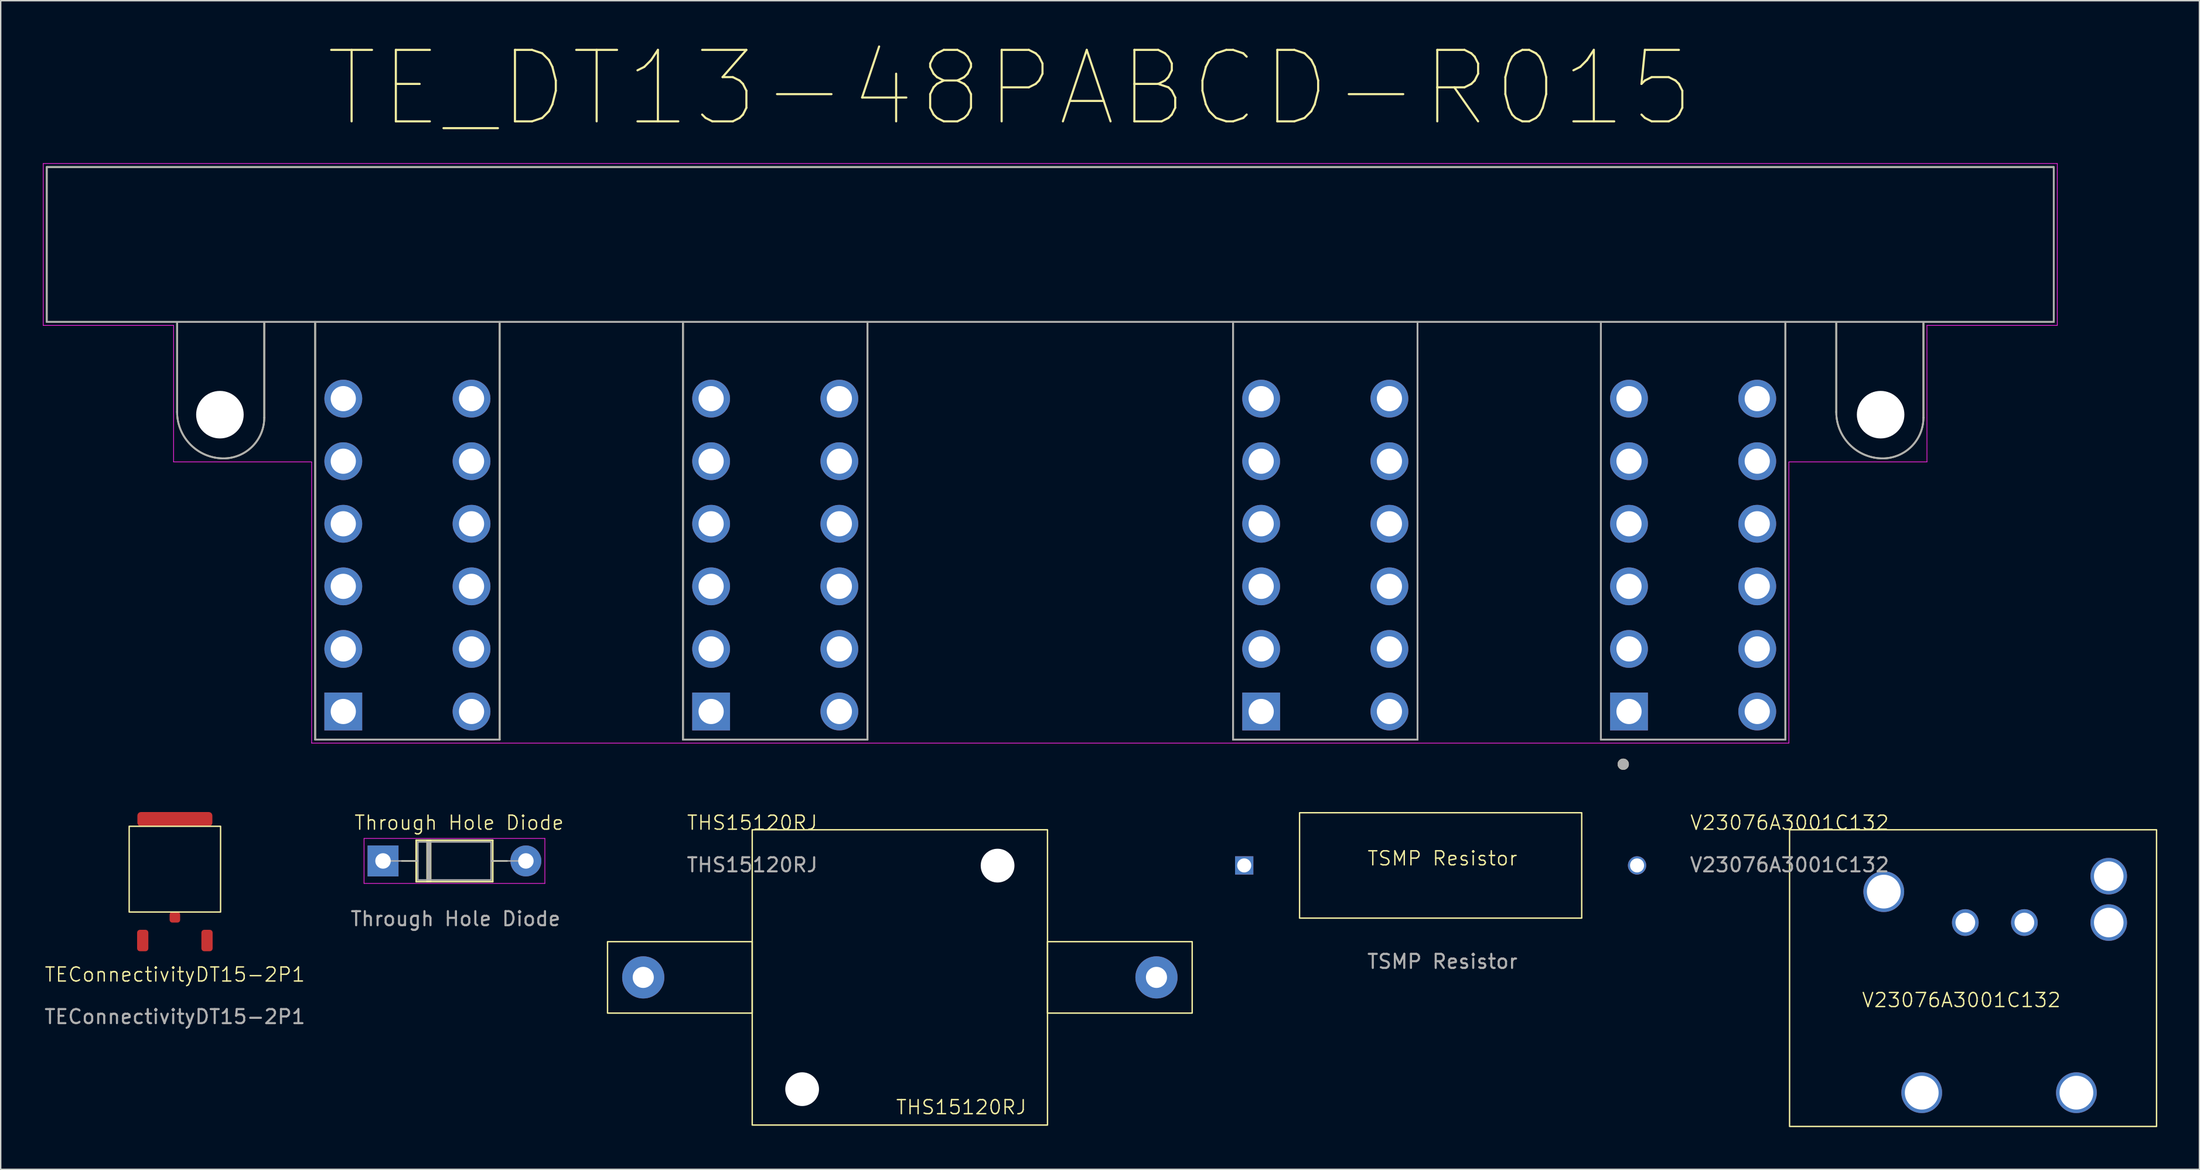
<source format=kicad_pcb>
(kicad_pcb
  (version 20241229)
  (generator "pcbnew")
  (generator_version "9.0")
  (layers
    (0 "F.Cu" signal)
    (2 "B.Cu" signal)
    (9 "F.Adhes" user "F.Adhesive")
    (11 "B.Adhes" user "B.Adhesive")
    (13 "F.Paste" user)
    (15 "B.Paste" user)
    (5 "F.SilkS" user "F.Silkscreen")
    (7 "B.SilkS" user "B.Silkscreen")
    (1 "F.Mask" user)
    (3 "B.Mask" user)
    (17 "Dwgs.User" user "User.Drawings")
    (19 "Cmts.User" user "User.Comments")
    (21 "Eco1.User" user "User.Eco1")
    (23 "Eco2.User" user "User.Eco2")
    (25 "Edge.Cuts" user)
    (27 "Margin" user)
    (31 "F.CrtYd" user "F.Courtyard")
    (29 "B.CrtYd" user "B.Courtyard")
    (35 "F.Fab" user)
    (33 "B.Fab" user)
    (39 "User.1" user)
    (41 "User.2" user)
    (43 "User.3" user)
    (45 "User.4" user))
  (footprint "Through Hole Diode"
    (layer "F.Cu")
    (at 29.351 58.003)
    (property "Reference" "Through Hole Diode" (at 0.254 -2.54 0) (unlocked yes) (layer "F.SilkS") (effects (font (size 1 1) (thickness 0.1))))
    (attr through_hole)
    (fp_line (start -3.82 0.178) (end -2.8 0.178) (stroke (width 0.12) (type solid)) (layer "F.SilkS"))
    (fp_line (start -2.8 -1.292) (end -2.8 1.648) (stroke (width 0.12) (type solid)) (layer "F.SilkS"))
    (fp_line (start -2.8 1.648) (end 2.64 1.648) (stroke (width 0.12) (type solid)) (layer "F.SilkS"))
    (fp_line (start -2.02 -1.292) (end -2.02 1.648) (stroke (width 0.12) (type solid)) (layer "F.SilkS"))
    (fp_line (start -1.9 -1.292) (end -1.9 1.648) (stroke (width 0.12) (type solid)) (layer "F.SilkS"))
    (fp_line (start -1.78 -1.292) (end -1.78 1.648) (stroke (width 0.12) (type solid)) (layer "F.SilkS"))
    (fp_line (start 2.64 -1.292) (end -2.8 -1.292) (stroke (width 0.12) (type solid)) (layer "F.SilkS"))
    (fp_line (start 2.64 1.648) (end 2.64 -1.292) (stroke (width 0.12) (type solid)) (layer "F.SilkS"))
    (fp_line (start 3.66 0.178) (end 2.64 0.178) (stroke (width 0.12) (type solid)) (layer "F.SilkS"))
    (fp_line (start -6.51 -1.422) (end -6.51 1.778) (stroke (width 0.05) (type solid)) (layer "F.CrtYd"))
    (fp_line (start -6.51 1.778) (end 6.35 1.778) (stroke (width 0.05) (type solid)) (layer "F.CrtYd"))
    (fp_line (start 6.35 -1.422) (end -6.51 -1.422) (stroke (width 0.05) (type solid)) (layer "F.CrtYd"))
    (fp_line (start 6.35 1.778) (end 6.35 -1.422) (stroke (width 0.05) (type solid)) (layer "F.CrtYd"))
    (fp_line (start -5.16 0.178) (end -2.68 0.178) (stroke (width 0.1) (type solid)) (layer "F.Fab"))
    (fp_line (start -2.68 -1.172) (end -2.68 1.528) (stroke (width 0.1) (type solid)) (layer "F.Fab"))
    (fp_line (start -2.68 1.528) (end 2.52 1.528) (stroke (width 0.1) (type solid)) (layer "F.Fab"))
    (fp_line (start -2 -1.172) (end -2 1.528) (stroke (width 0.1) (type solid)) (layer "F.Fab"))
    (fp_line (start -1.9 -1.172) (end -1.9 1.528) (stroke (width 0.1) (type solid)) (layer "F.Fab"))
    (fp_line (start -1.8 -1.172) (end -1.8 1.528) (stroke (width 0.1) (type solid)) (layer "F.Fab"))
    (fp_line (start 2.52 -1.172) (end -2.68 -1.172) (stroke (width 0.1) (type solid)) (layer "F.Fab"))
    (fp_line (start 2.52 1.528) (end 2.52 -1.172) (stroke (width 0.1) (type solid)) (layer "F.Fab"))
    (fp_line (start 5 0.178) (end 2.52 0.178) (stroke (width 0.1) (type solid)) (layer "F.Fab"))
    (fp_text user "${REFERENCE}" (at 0 4.294 0) (unlocked yes) (layer "F.Fab") (effects (font (size 1 1) (thickness 0.15))))
    (pad "1" thru_hole rect (at -5.16 0.178) (size 2.2 2.2) (drill 1.1) (layers "*.Cu" "*.Mask"))
    (pad "2" thru_hole oval (at 5 0.178) (size 2.2 2.2) (drill 1.1) (layers "*.Cu" "*.Mask")))
  (footprint "TE_DT13-48PABCD-R015"
    (layer "F.Cu")
    (at 71.645 47.552)
    (property "Reference" "TE_DT13-48PABCD-R015" (at -2.853 -44.315 0) (layer "F.SilkS") (effects (font (size 5.083 5.083) (thickness 0.15))))
    (attr through_hole)
    (fp_line (start -71.37 -38.72) (end 71.37 -38.72) (stroke (width 0.127) (type solid)) (layer "F.SilkS"))
    (fp_line (start -71.37 -27.71) (end -71.37 -38.72) (stroke (width 0.127) (type solid)) (layer "F.SilkS"))
    (fp_line (start -71.37 -27.71) (end 71.37 -27.71) (stroke (width 0.127) (type solid)) (layer "F.SilkS"))
    (fp_line (start -62.1 -27.7) (end -62.1 -21.3) (stroke (width 0.127) (type solid)) (layer "F.SilkS"))
    (fp_line (start -55.9 -20.9) (end -55.9 -27.7) (stroke (width 0.127) (type solid)) (layer "F.SilkS"))
    (fp_line (start -52.28 -27.71) (end -52.28 2) (stroke (width 0.127) (type solid)) (layer "F.SilkS"))
    (fp_line (start -52.28 2) (end -39.16 2) (stroke (width 0.127) (type solid)) (layer "F.SilkS"))
    (fp_line (start -39.16 2) (end -39.16 -27.71) (stroke (width 0.127) (type solid)) (layer "F.SilkS"))
    (fp_line (start -26.12 -27.71) (end -26.12 2) (stroke (width 0.127) (type solid)) (layer "F.SilkS"))
    (fp_line (start -26.12 2) (end -13 2) (stroke (width 0.127) (type solid)) (layer "F.SilkS"))
    (fp_line (start -13 2) (end -13 -27.71) (stroke (width 0.127) (type solid)) (layer "F.SilkS"))
    (fp_line (start 13 2) (end 13 -27.71) (stroke (width 0.127) (type solid)) (layer "F.SilkS"))
    (fp_line (start 13 2) (end 26.12 2) (stroke (width 0.127) (type solid)) (layer "F.SilkS"))
    (fp_line (start 26.12 2) (end 26.12 -27.71) (stroke (width 0.127) (type solid)) (layer "F.SilkS"))
    (fp_line (start 39.16 -27.71) (end 39.16 2) (stroke (width 0.127) (type solid)) (layer "F.SilkS"))
    (fp_line (start 39.16 2) (end 52.28 2) (stroke (width 0.127) (type solid)) (layer "F.SilkS"))
    (fp_line (start 52.28 2) (end 52.28 -27.71) (stroke (width 0.127) (type solid)) (layer "F.SilkS"))
    (fp_line (start 55.9 -27.7) (end 55.9 -21.3) (stroke (width 0.127) (type solid)) (layer "F.SilkS"))
    (fp_line (start 62.1 -20.9) (end 62.1 -27.7) (stroke (width 0.127) (type solid)) (layer "F.SilkS"))
    (fp_line (start 71.37 -38.72) (end 71.37 -27.71) (stroke (width 0.127) (type solid)) (layer "F.SilkS"))
    (fp_arc (start -58.8 -18) (mid -61.133452 -18.966548) (end -62.1 -21.3) (stroke (width 0.127) (type solid)) (layer "F.SilkS"))
    (fp_arc (start -55.9 -20.9) (mid -56.74939 -18.84939) (end -58.8 -18) (stroke (width 0.127) (type solid)) (layer "F.SilkS"))
    (fp_arc (start 59.2 -18) (mid 56.866548 -18.966548) (end 55.9 -21.3) (stroke (width 0.127) (type solid)) (layer "F.SilkS"))
    (fp_arc (start 62.1 -20.9) (mid 61.25061 -18.84939) (end 59.2 -18) (stroke (width 0.127) (type solid)) (layer "F.SilkS"))
    (fp_circle (center 40.75 3.75) (end 40.95 3.75) (stroke (width 0.4) (type solid)) (fill no) (layer "F.SilkS"))
    (fp_line (start -71.62 -38.97) (end 71.62 -38.97) (stroke (width 0.05) (type solid)) (layer "F.CrtYd"))
    (fp_line (start -71.62 -27.46) (end -71.62 -38.97) (stroke (width 0.05) (type solid)) (layer "F.CrtYd"))
    (fp_line (start -62.35 -27.46) (end -71.62 -27.46) (stroke (width 0.05) (type solid)) (layer "F.CrtYd"))
    (fp_line (start -62.35 -17.75) (end -62.35 -27.46) (stroke (width 0.05) (type solid)) (layer "F.CrtYd"))
    (fp_line (start -52.53 -17.75) (end -62.35 -17.75) (stroke (width 0.05) (type solid)) (layer "F.CrtYd"))
    (fp_line (start -52.53 2.25) (end -52.53 -17.75) (stroke (width 0.05) (type solid)) (layer "F.CrtYd"))
    (fp_line (start 52.53 -17.75) (end 52.53 2.25) (stroke (width 0.05) (type solid)) (layer "F.CrtYd"))
    (fp_line (start 52.53 2.25) (end -52.53 2.25) (stroke (width 0.05) (type solid)) (layer "F.CrtYd"))
    (fp_line (start 62.35 -27.46) (end 62.35 -17.75) (stroke (width 0.05) (type solid)) (layer "F.CrtYd"))
    (fp_line (start 62.35 -17.75) (end 52.53 -17.75) (stroke (width 0.05) (type solid)) (layer "F.CrtYd"))
    (fp_line (start 71.62 -38.97) (end 71.62 -27.46) (stroke (width 0.05) (type solid)) (layer "F.CrtYd"))
    (fp_line (start 71.62 -27.46) (end 62.35 -27.46) (stroke (width 0.05) (type solid)) (layer "F.CrtYd"))
    (fp_line (start -71.37 -38.72) (end 71.37 -38.72) (stroke (width 0.127) (type solid)) (layer "F.Fab"))
    (fp_line (start -71.37 -27.71) (end -71.37 -38.72) (stroke (width 0.127) (type solid)) (layer "F.Fab"))
    (fp_line (start -71.37 -27.71) (end 71.37 -27.71) (stroke (width 0.127) (type solid)) (layer "F.Fab"))
    (fp_line (start -62.1 -27.7) (end -62.1 -21.3) (stroke (width 0.127) (type solid)) (layer "F.Fab"))
    (fp_line (start -55.9 -20.9) (end -55.9 -27.7) (stroke (width 0.127) (type solid)) (layer "F.Fab"))
    (fp_line (start -52.28 -27.71) (end -52.28 2) (stroke (width 0.127) (type solid)) (layer "F.Fab"))
    (fp_line (start -52.28 2) (end -39.16 2) (stroke (width 0.127) (type solid)) (layer "F.Fab"))
    (fp_line (start -39.16 2) (end -39.16 -27.71) (stroke (width 0.127) (type solid)) (layer "F.Fab"))
    (fp_line (start -26.12 -27.71) (end -26.12 2) (stroke (width 0.127) (type solid)) (layer "F.Fab"))
    (fp_line (start -26.12 2) (end -13 2) (stroke (width 0.127) (type solid)) (layer "F.Fab"))
    (fp_line (start -13 2) (end -13 -27.71) (stroke (width 0.127) (type solid)) (layer "F.Fab"))
    (fp_line (start 13 2) (end 13 -27.71) (stroke (width 0.127) (type solid)) (layer "F.Fab"))
    (fp_line (start 13 2) (end 26.12 2) (stroke (width 0.127) (type solid)) (layer "F.Fab"))
    (fp_line (start 26.12 2) (end 26.12 -27.71) (stroke (width 0.127) (type solid)) (layer "F.Fab"))
    (fp_line (start 39.16 -27.71) (end 39.16 2) (stroke (width 0.127) (type solid)) (layer "F.Fab"))
    (fp_line (start 39.16 2) (end 52.28 2) (stroke (width 0.127) (type solid)) (layer "F.Fab"))
    (fp_line (start 52.28 2) (end 52.28 -27.71) (stroke (width 0.127) (type solid)) (layer "F.Fab"))
    (fp_line (start 55.9 -27.7) (end 55.9 -21.3) (stroke (width 0.127) (type solid)) (layer "F.Fab"))
    (fp_line (start 62.1 -20.9) (end 62.1 -27.7) (stroke (width 0.127) (type solid)) (layer "F.Fab"))
    (fp_line (start 71.37 -38.72) (end 71.37 -27.71) (stroke (width 0.127) (type solid)) (layer "F.Fab"))
    (fp_arc (start -58.8 -18) (mid -61.133452 -18.966548) (end -62.1 -21.3) (stroke (width 0.127) (type solid)) (layer "F.Fab"))
    (fp_arc (start -55.9 -20.9) (mid -56.74939 -18.84939) (end -58.8 -18) (stroke (width 0.127) (type solid)) (layer "F.Fab"))
    (fp_arc (start 59.2 -18) (mid 56.866548 -18.966548) (end 55.9 -21.3) (stroke (width 0.127) (type solid)) (layer "F.Fab"))
    (fp_arc (start 62.1 -20.9) (mid 61.25061 -18.84939) (end 59.2 -18) (stroke (width 0.127) (type solid)) (layer "F.Fab"))
    (fp_circle (center 40.75 3.75) (end 40.95 3.75) (stroke (width 0.4) (type solid)) (fill no) (layer "F.Fab"))
    (pad "" np_thru_hole circle (at -59.055 -21.11) (size 3.38 3.38) (drill 3.38) (layers "*.Cu" "*.Mask"))
    (pad "" np_thru_hole circle (at 59.055 -21.11) (size 3.38 3.38) (drill 3.38) (layers "*.Cu" "*.Mask"))
    (pad "A1" thru_hole rect (at 41.16 0) (size 2.69 2.69) (drill 1.79) (layers "*.Cu" "*.Mask"))
    (pad "A2" thru_hole circle (at 41.16 -4.45) (size 2.69 2.69) (drill 1.79) (layers "*.Cu" "*.Mask"))
    (pad "A3" thru_hole circle (at 41.16 -8.9) (size 2.69 2.69) (drill 1.79) (layers "*.Cu" "*.Mask"))
    (pad "A4" thru_hole circle (at 41.16 -13.35) (size 2.69 2.69) (drill 1.79) (layers "*.Cu" "*.Mask"))
    (pad "A5" thru_hole circle (at 41.16 -17.8) (size 2.69 2.69) (drill 1.79) (layers "*.Cu" "*.Mask"))
    (pad "A6" thru_hole circle (at 41.16 -22.25) (size 2.69 2.69) (drill 1.79) (layers "*.Cu" "*.Mask"))
    (pad "A7" thru_hole circle (at 50.28 -22.25) (size 2.69 2.69) (drill 1.79) (layers "*.Cu" "*.Mask"))
    (pad "A8" thru_hole circle (at 50.28 -17.8) (size 2.69 2.69) (drill 1.79) (layers "*.Cu" "*.Mask"))
    (pad "A9" thru_hole circle (at 50.28 -13.35) (size 2.69 2.69) (drill 1.79) (layers "*.Cu" "*.Mask"))
    (pad "A10" thru_hole circle (at 50.28 -8.9) (size 2.69 2.69) (drill 1.79) (layers "*.Cu" "*.Mask"))
    (pad "A11" thru_hole circle (at 50.28 -4.45) (size 2.69 2.69) (drill 1.79) (layers "*.Cu" "*.Mask"))
    (pad "A12" thru_hole circle (at 50.28 0) (size 2.69 2.69) (drill 1.79) (layers "*.Cu" "*.Mask"))
    (pad "B1" thru_hole rect (at -50.28 0) (size 2.69 2.69) (drill 1.79) (layers "*.Cu" "*.Mask"))
    (pad "B2" thru_hole circle (at -50.28 -4.45) (size 2.69 2.69) (drill 1.79) (layers "*.Cu" "*.Mask"))
    (pad "B3" thru_hole circle (at -50.28 -8.9) (size 2.69 2.69) (drill 1.79) (layers "*.Cu" "*.Mask"))
    (pad "B4" thru_hole circle (at -50.28 -13.35) (size 2.69 2.69) (drill 1.79) (layers "*.Cu" "*.Mask"))
    (pad "B5" thru_hole circle (at -50.28 -17.8) (size 2.69 2.69) (drill 1.79) (layers "*.Cu" "*.Mask"))
    (pad "B6" thru_hole circle (at -50.28 -22.25) (size 2.69 2.69) (drill 1.79) (layers "*.Cu" "*.Mask"))
    (pad "B7" thru_hole circle (at -41.16 -22.25) (size 2.69 2.69) (drill 1.79) (layers "*.Cu" "*.Mask"))
    (pad "B8" thru_hole circle (at -41.16 -17.8) (size 2.69 2.69) (drill 1.79) (layers "*.Cu" "*.Mask"))
    (pad "B9" thru_hole circle (at -41.16 -13.35) (size 2.69 2.69) (drill 1.79) (layers "*.Cu" "*.Mask"))
    (pad "B10" thru_hole circle (at -41.16 -8.9) (size 2.69 2.69) (drill 1.79) (layers "*.Cu" "*.Mask"))
    (pad "B11" thru_hole circle (at -41.16 -4.45) (size 2.69 2.69) (drill 1.79) (layers "*.Cu" "*.Mask"))
    (pad "B12" thru_hole circle (at -41.16 0) (size 2.69 2.69) (drill 1.79) (layers "*.Cu" "*.Mask"))
    (pad "C1" thru_hole rect (at 15 0) (size 2.69 2.69) (drill 1.79) (layers "*.Cu" "*.Mask"))
    (pad "C2" thru_hole circle (at 15 -4.45) (size 2.69 2.69) (drill 1.79) (layers "*.Cu" "*.Mask"))
    (pad "C3" thru_hole circle (at 15 -8.9) (size 2.69 2.69) (drill 1.79) (layers "*.Cu" "*.Mask"))
    (pad "C4" thru_hole circle (at 15 -13.35) (size 2.69 2.69) (drill 1.79) (layers "*.Cu" "*.Mask"))
    (pad "C5" thru_hole circle (at 15 -17.8) (size 2.69 2.69) (drill 1.79) (layers "*.Cu" "*.Mask"))
    (pad "C6" thru_hole circle (at 15 -22.25) (size 2.69 2.69) (drill 1.79) (layers "*.Cu" "*.Mask"))
    (pad "C7" thru_hole circle (at 24.12 -22.25) (size 2.69 2.69) (drill 1.79) (layers "*.Cu" "*.Mask"))
    (pad "C8" thru_hole circle (at 24.12 -17.8) (size 2.69 2.69) (drill 1.79) (layers "*.Cu" "*.Mask"))
    (pad "C9" thru_hole circle (at 24.12 -13.35) (size 2.69 2.69) (drill 1.79) (layers "*.Cu" "*.Mask"))
    (pad "C10" thru_hole circle (at 24.12 -8.9) (size 2.69 2.69) (drill 1.79) (layers "*.Cu" "*.Mask"))
    (pad "C11" thru_hole circle (at 24.12 -4.45) (size 2.69 2.69) (drill 1.79) (layers "*.Cu" "*.Mask"))
    (pad "C12" thru_hole circle (at 24.12 0) (size 2.69 2.69) (drill 1.79) (layers "*.Cu" "*.Mask"))
    (pad "D1" thru_hole rect (at -24.12 0) (size 2.69 2.69) (drill 1.79) (layers "*.Cu" "*.Mask"))
    (pad "D2" thru_hole circle (at -24.12 -4.45) (size 2.69 2.69) (drill 1.79) (layers "*.Cu" "*.Mask"))
    (pad "D3" thru_hole circle (at -24.12 -8.9) (size 2.69 2.69) (drill 1.79) (layers "*.Cu" "*.Mask"))
    (pad "D4" thru_hole circle (at -24.12 -13.35) (size 2.69 2.69) (drill 1.79) (layers "*.Cu" "*.Mask"))
    (pad "D5" thru_hole circle (at -24.12 -17.8) (size 2.69 2.69) (drill 1.79) (layers "*.Cu" "*.Mask"))
    (pad "D6" thru_hole circle (at -24.12 -22.25) (size 2.69 2.69) (drill 1.79) (layers "*.Cu" "*.Mask"))
    (pad "D7" thru_hole circle (at -15 -22.25) (size 2.69 2.69) (drill 1.79) (layers "*.Cu" "*.Mask"))
    (pad "D8" thru_hole circle (at -15 -17.8) (size 2.69 2.69) (drill 1.79) (layers "*.Cu" "*.Mask"))
    (pad "D9" thru_hole circle (at -15 -13.35) (size 2.69 2.69) (drill 1.79) (layers "*.Cu" "*.Mask"))
    (pad "D10" thru_hole circle (at -15 -8.9) (size 2.69 2.69) (drill 1.79) (layers "*.Cu" "*.Mask"))
    (pad "D11" thru_hole circle (at -15 -4.45) (size 2.69 2.69) (drill 1.79) (layers "*.Cu" "*.Mask"))
    (pad "D12" thru_hole circle (at -15 0) (size 2.69 2.69) (drill 1.79) (layers "*.Cu" "*.Mask")))
  (footprint "THS15120RJ"
    (layer "F.Cu")
    (at 50.448 55.963)
    (property "Reference" "THS15120RJ" (at 0 -0.5 0) (unlocked yes) (layer "F.SilkS") (effects (font (size 1 1) (thickness 0.1))))
    (attr through_hole)
    (fp_rect (start -10.29 7.96) (end 0 13.04) (stroke (width 0.1) (type default)) (fill no) (layer "F.SilkS"))
    (fp_rect (start 0 0) (end 21 21) (stroke (width 0.1) (type default)) (fill no) (layer "F.SilkS"))
    (fp_rect (start 21 7.96) (end 31.29 13.04) (stroke (width 0.1) (type solid)) (fill no) (layer "F.SilkS"))
    (fp_text user "THS15120RJ" (at 10.16 20.32 0) (unlocked yes) (layer "F.SilkS") (effects (font (size 1 1) (thickness 0.1)) (justify left bottom)))
    (fp_text user "${REFERENCE}" (at 0 2.5 0) (unlocked yes) (layer "F.Fab") (effects (font (size 1 1) (thickness 0.15))))
    (pad "" np_thru_hole circle (at 3.55 18.45) (size 2.4 2.4) (drill 2.4) (layers "*.Cu" "*.Mask"))
    (pad "" np_thru_hole circle (at 17.45 2.55) (size 2.4 2.4) (drill 2.4) (layers "*.Cu" "*.Mask"))
    (pad "+" thru_hole circle (at -7.75 10.5) (size 3 3) (drill 1.5) (layers "*.Cu" "*.Mask"))
    (pad "-" thru_hole circle (at 28.75 10.5) (size 3 3) (drill 1.5) (layers "*.Cu" "*.Mask")))
  (footprint "V23076A3001C132"
    (layer "F.Cu")
    (at 124.224 55.963)
    (property "Reference" "V23076A3001C132" (at 0 -0.5 0) (unlocked yes) (layer "F.SilkS") (effects (font (size 1 1) (thickness 0.1))))
    (attr through_hole)
    (fp_rect (start 0 0) (end 26.1 21.1) (stroke (width 0.1) (type default)) (fill no) (layer "F.SilkS"))
    (fp_text user "V23076A3001C132" (at 5.08 12.7 0) (unlocked yes) (layer "F.SilkS") (effects (font (size 1 1) (thickness 0.1)) (justify left bottom)))
    (fp_text user "${REFERENCE}" (at 0 2.5 0) (unlocked yes) (layer "F.Fab") (effects (font (size 1 1) (thickness 0.15))))
    (pad "1" thru_hole circle (at 16.7 6.6) (size 1.9 1.9) (drill 1.4) (layers "*.Cu" "*.Mask"))
    (pad "2" thru_hole circle (at 12.5 6.6) (size 1.9 1.9) (drill 1.4) (layers "*.Cu" "*.Mask"))
    (pad "3" thru_hole circle (at 22.7 3.3) (size 2.6 2.6) (drill 2.1) (layers "*.Cu" "*.Mask"))
    (pad "4" thru_hole circle (at 6.7 4.4) (size 2.9 2.9) (drill 2.4) (layers "*.Cu" "*.Mask"))
    (pad "4" thru_hole circle (at 9.4 18.7) (size 2.9 2.9) (drill 2.4) (layers "*.Cu" "*.Mask"))
    (pad "4" thru_hole circle (at 20.4 18.7) (size 2.9 2.9) (drill 2.4) (layers "*.Cu" "*.Mask"))
    (pad "5" thru_hole circle (at 22.7 6.6) (size 2.6 2.6) (drill 2.1) (layers "*.Cu" "*.Mask")))
  (footprint "TEConnectivityDT15-2P1"
    (layer "F.Cu")
    (at 9.387 66.761)
    (property "Reference" "TEConnectivityDT15-2P1" (at 0 -0.5 0) (unlocked yes) (layer "F.SilkS") (effects (font (size 1 1) (thickness 0.1))))
    (attr smd)
    (fp_rect (start -3.25 -11.046) (end 3.25 -4.947) (stroke (width 0.1) (type default)) (fill no) (layer "F.SilkS"))
    (fp_text user "${REFERENCE}" (at 0 2.5 0) (unlocked yes) (layer "F.Fab") (effects (font (size 1 1) (thickness 0.15))))
    (pad "1" smd roundrect (at -2.286 -2.921) (size 0.8 1.525) (layers "F.Cu" "F.Mask" "F.Paste") (roundrect_rratio 0.25))
    (pad "2" smd roundrect (at 2.286 -2.921) (size 0.8 1.525) (layers "F.Cu" "F.Mask" "F.Paste") (roundrect_rratio 0.25))
    (pad "3" smd roundrect (at 0 -11.553) (size 5.334 1.012) (layers "F.Cu" "F.Mask" "F.Paste") (roundrect_rratio 0.25))
    (pad "4" smd roundrect (at 0 -4.572) (size 0.75 0.75) (layers "F.Cu" "F.Mask" "F.Paste") (roundrect_rratio 0.25)))
  (footprint "TSMP Resistor"
    (layer "F.Cu")
    (at 99.535 58.499)
    (property "Reference" "TSMP Resistor" (at 0 -0.5 0) (unlocked yes) (layer "F.SilkS") (effects (font (size 1 1) (thickness 0.1))))
    (attr through_hole)
    (fp_rect (start -10.16 -3.747) (end 9.906 3.747) (stroke (width 0.1) (type default)) (fill no) (layer "F.SilkS"))
    (fp_text user "${REFERENCE}" (at 0 6.834 0) (unlocked yes) (layer "F.Fab") (effects (font (size 1 1) (thickness 0.15))))
    (pad "1" thru_hole rect (at -14.097 0) (size 1.3 1.3) (drill 1) (layers "*.Cu" "*.Mask"))
    (pad "2" thru_hole circle (at 13.843 0) (size 1.3 1.3) (drill 1) (layers "*.Cu" "*.Mask")))
  (gr_rect
    (start -3 -3)
    (end 153.374 80.113)
    (stroke (width 0.1) (type default))
    (fill no)
    (layer "Edge.Cuts")))
</source>
